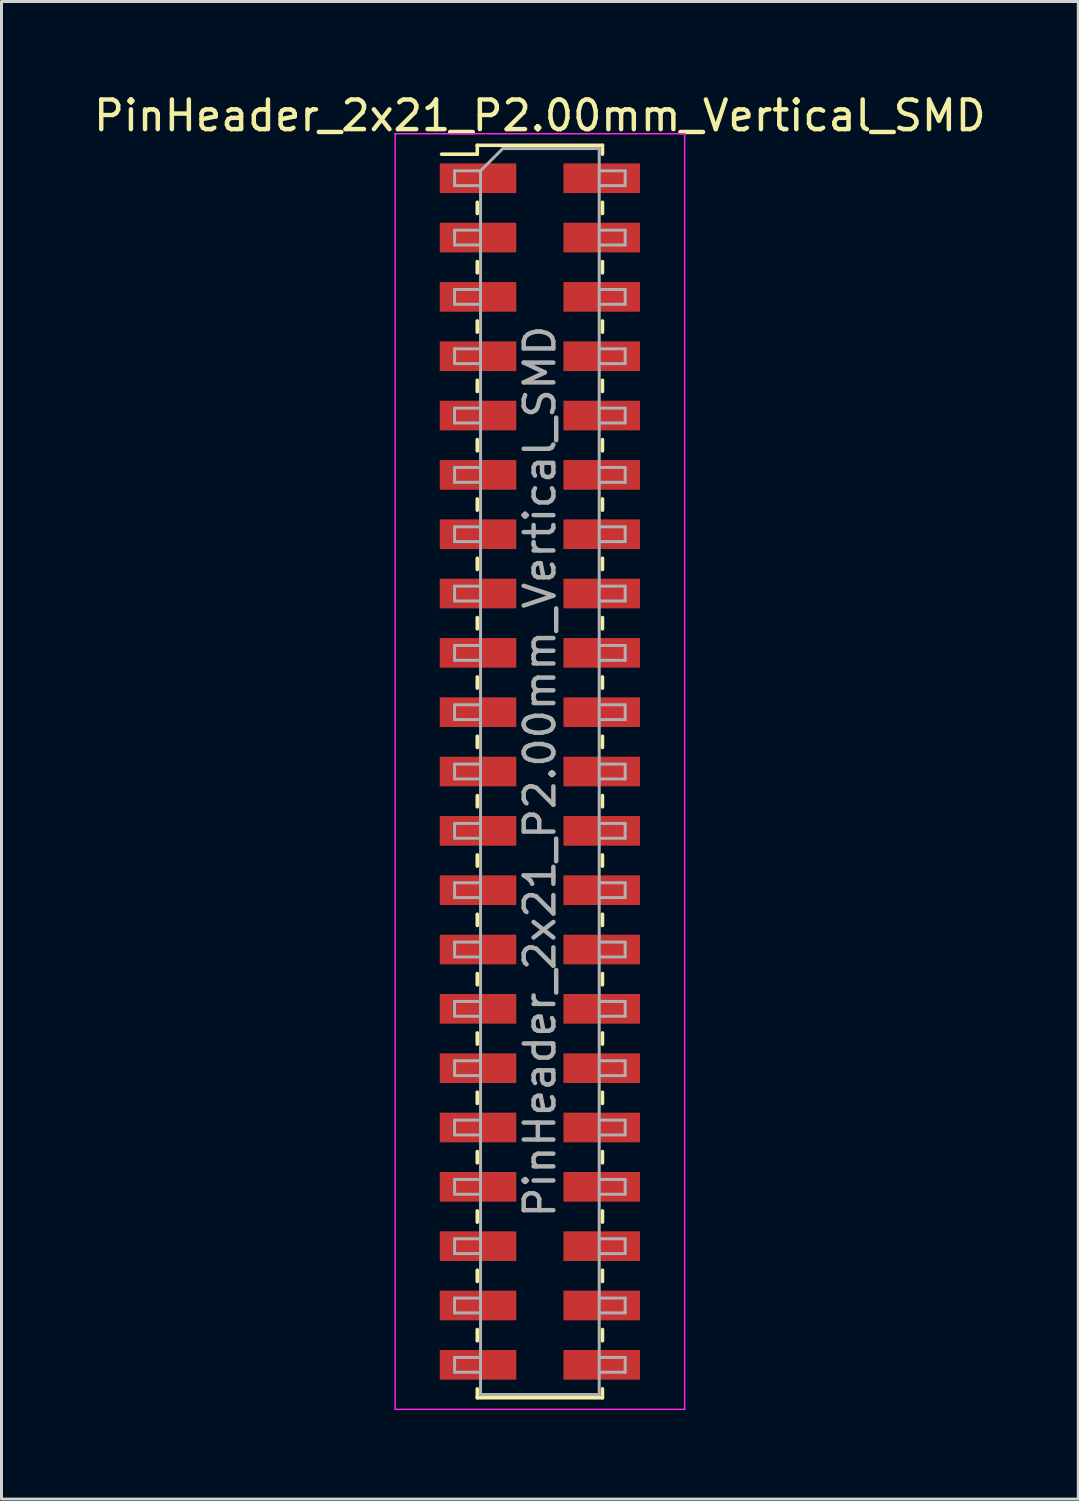
<source format=kicad_pcb>
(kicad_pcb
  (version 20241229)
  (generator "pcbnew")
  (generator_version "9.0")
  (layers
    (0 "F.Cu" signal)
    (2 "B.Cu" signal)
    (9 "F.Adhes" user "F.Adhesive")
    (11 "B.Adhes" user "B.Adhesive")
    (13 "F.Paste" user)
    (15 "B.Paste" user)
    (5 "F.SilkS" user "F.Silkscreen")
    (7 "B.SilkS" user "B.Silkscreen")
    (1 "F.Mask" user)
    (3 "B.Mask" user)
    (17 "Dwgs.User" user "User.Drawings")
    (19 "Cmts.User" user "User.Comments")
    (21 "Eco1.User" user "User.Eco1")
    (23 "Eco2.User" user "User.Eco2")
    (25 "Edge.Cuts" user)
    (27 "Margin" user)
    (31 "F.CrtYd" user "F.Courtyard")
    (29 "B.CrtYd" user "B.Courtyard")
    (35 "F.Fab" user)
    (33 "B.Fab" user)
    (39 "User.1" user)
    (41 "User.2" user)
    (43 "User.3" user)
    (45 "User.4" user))
  (footprint "PinHeader_2x21_P2.00mm_Vertical_SMD"
    (layer "F.Cu")
    (at 15.149 22.958)
    (property "Reference" "PinHeader_2x21_P2.00mm_Vertical_SMD" (at 0 -22.11 0) (layer "F.SilkS") (effects (font (size 1 1) (thickness 0.15))))
    (attr smd)
    (fp_line (start -3.315 -20.81) (end -2.11 -20.81) (stroke (width 0.12) (type solid)) (layer "F.SilkS"))
    (fp_line (start -2.11 -21.11) (end -2.11 -20.81) (stroke (width 0.12) (type solid)) (layer "F.SilkS"))
    (fp_line (start -2.11 -21.11) (end 2.11 -21.11) (stroke (width 0.12) (type solid)) (layer "F.SilkS"))
    (fp_line (start -2.11 -19.19) (end -2.11 -18.81) (stroke (width 0.12) (type solid)) (layer "F.SilkS"))
    (fp_line (start -2.11 -17.19) (end -2.11 -16.81) (stroke (width 0.12) (type solid)) (layer "F.SilkS"))
    (fp_line (start -2.11 -15.19) (end -2.11 -14.81) (stroke (width 0.12) (type solid)) (layer "F.SilkS"))
    (fp_line (start -2.11 -13.19) (end -2.11 -12.81) (stroke (width 0.12) (type solid)) (layer "F.SilkS"))
    (fp_line (start -2.11 -11.19) (end -2.11 -10.81) (stroke (width 0.12) (type solid)) (layer "F.SilkS"))
    (fp_line (start -2.11 -9.19) (end -2.11 -8.81) (stroke (width 0.12) (type solid)) (layer "F.SilkS"))
    (fp_line (start -2.11 -7.19) (end -2.11 -6.81) (stroke (width 0.12) (type solid)) (layer "F.SilkS"))
    (fp_line (start -2.11 -5.19) (end -2.11 -4.81) (stroke (width 0.12) (type solid)) (layer "F.SilkS"))
    (fp_line (start -2.11 -3.19) (end -2.11 -2.81) (stroke (width 0.12) (type solid)) (layer "F.SilkS"))
    (fp_line (start -2.11 -1.19) (end -2.11 -0.81) (stroke (width 0.12) (type solid)) (layer "F.SilkS"))
    (fp_line (start -2.11 0.81) (end -2.11 1.19) (stroke (width 0.12) (type solid)) (layer "F.SilkS"))
    (fp_line (start -2.11 2.81) (end -2.11 3.19) (stroke (width 0.12) (type solid)) (layer "F.SilkS"))
    (fp_line (start -2.11 4.81) (end -2.11 5.19) (stroke (width 0.12) (type solid)) (layer "F.SilkS"))
    (fp_line (start -2.11 6.81) (end -2.11 7.19) (stroke (width 0.12) (type solid)) (layer "F.SilkS"))
    (fp_line (start -2.11 8.81) (end -2.11 9.19) (stroke (width 0.12) (type solid)) (layer "F.SilkS"))
    (fp_line (start -2.11 10.81) (end -2.11 11.19) (stroke (width 0.12) (type solid)) (layer "F.SilkS"))
    (fp_line (start -2.11 12.81) (end -2.11 13.19) (stroke (width 0.12) (type solid)) (layer "F.SilkS"))
    (fp_line (start -2.11 14.81) (end -2.11 15.19) (stroke (width 0.12) (type solid)) (layer "F.SilkS"))
    (fp_line (start -2.11 16.81) (end -2.11 17.19) (stroke (width 0.12) (type solid)) (layer "F.SilkS"))
    (fp_line (start -2.11 18.81) (end -2.11 19.19) (stroke (width 0.12) (type solid)) (layer "F.SilkS"))
    (fp_line (start -2.11 20.81) (end -2.11 21.11) (stroke (width 0.12) (type solid)) (layer "F.SilkS"))
    (fp_line (start -2.11 21.11) (end 2.11 21.11) (stroke (width 0.12) (type solid)) (layer "F.SilkS"))
    (fp_line (start 2.11 -21.11) (end 2.11 -20.81) (stroke (width 0.12) (type solid)) (layer "F.SilkS"))
    (fp_line (start 2.11 -19.19) (end 2.11 -18.81) (stroke (width 0.12) (type solid)) (layer "F.SilkS"))
    (fp_line (start 2.11 -17.19) (end 2.11 -16.81) (stroke (width 0.12) (type solid)) (layer "F.SilkS"))
    (fp_line (start 2.11 -15.19) (end 2.11 -14.81) (stroke (width 0.12) (type solid)) (layer "F.SilkS"))
    (fp_line (start 2.11 -13.19) (end 2.11 -12.81) (stroke (width 0.12) (type solid)) (layer "F.SilkS"))
    (fp_line (start 2.11 -11.19) (end 2.11 -10.81) (stroke (width 0.12) (type solid)) (layer "F.SilkS"))
    (fp_line (start 2.11 -9.19) (end 2.11 -8.81) (stroke (width 0.12) (type solid)) (layer "F.SilkS"))
    (fp_line (start 2.11 -7.19) (end 2.11 -6.81) (stroke (width 0.12) (type solid)) (layer "F.SilkS"))
    (fp_line (start 2.11 -5.19) (end 2.11 -4.81) (stroke (width 0.12) (type solid)) (layer "F.SilkS"))
    (fp_line (start 2.11 -3.19) (end 2.11 -2.81) (stroke (width 0.12) (type solid)) (layer "F.SilkS"))
    (fp_line (start 2.11 -1.19) (end 2.11 -0.81) (stroke (width 0.12) (type solid)) (layer "F.SilkS"))
    (fp_line (start 2.11 0.81) (end 2.11 1.19) (stroke (width 0.12) (type solid)) (layer "F.SilkS"))
    (fp_line (start 2.11 2.81) (end 2.11 3.19) (stroke (width 0.12) (type solid)) (layer "F.SilkS"))
    (fp_line (start 2.11 4.81) (end 2.11 5.19) (stroke (width 0.12) (type solid)) (layer "F.SilkS"))
    (fp_line (start 2.11 6.81) (end 2.11 7.19) (stroke (width 0.12) (type solid)) (layer "F.SilkS"))
    (fp_line (start 2.11 8.81) (end 2.11 9.19) (stroke (width 0.12) (type solid)) (layer "F.SilkS"))
    (fp_line (start 2.11 10.81) (end 2.11 11.19) (stroke (width 0.12) (type solid)) (layer "F.SilkS"))
    (fp_line (start 2.11 12.81) (end 2.11 13.19) (stroke (width 0.12) (type solid)) (layer "F.SilkS"))
    (fp_line (start 2.11 14.81) (end 2.11 15.19) (stroke (width 0.12) (type solid)) (layer "F.SilkS"))
    (fp_line (start 2.11 16.81) (end 2.11 17.19) (stroke (width 0.12) (type solid)) (layer "F.SilkS"))
    (fp_line (start 2.11 18.81) (end 2.11 19.19) (stroke (width 0.12) (type solid)) (layer "F.SilkS"))
    (fp_line (start 2.11 20.81) (end 2.11 21.11) (stroke (width 0.12) (type solid)) (layer "F.SilkS"))
    (fp_line (start -4.88 -21.5) (end -4.88 21.5) (stroke (width 0.05) (type solid)) (layer "F.CrtYd"))
    (fp_line (start -4.88 21.5) (end 4.88 21.5) (stroke (width 0.05) (type solid)) (layer "F.CrtYd"))
    (fp_line (start 4.88 -21.5) (end -4.88 -21.5) (stroke (width 0.05) (type solid)) (layer "F.CrtYd"))
    (fp_line (start 4.88 21.5) (end 4.88 -21.5) (stroke (width 0.05) (type solid)) (layer "F.CrtYd"))
    (fp_line (start -2.875 -20.25) (end -2.875 -19.75) (stroke (width 0.1) (type solid)) (layer "F.Fab"))
    (fp_line (start -2.875 -19.75) (end -2 -19.75) (stroke (width 0.1) (type solid)) (layer "F.Fab"))
    (fp_line (start -2.875 -18.25) (end -2.875 -17.75) (stroke (width 0.1) (type solid)) (layer "F.Fab"))
    (fp_line (start -2.875 -17.75) (end -2 -17.75) (stroke (width 0.1) (type solid)) (layer "F.Fab"))
    (fp_line (start -2.875 -16.25) (end -2.875 -15.75) (stroke (width 0.1) (type solid)) (layer "F.Fab"))
    (fp_line (start -2.875 -15.75) (end -2 -15.75) (stroke (width 0.1) (type solid)) (layer "F.Fab"))
    (fp_line (start -2.875 -14.25) (end -2.875 -13.75) (stroke (width 0.1) (type solid)) (layer "F.Fab"))
    (fp_line (start -2.875 -13.75) (end -2 -13.75) (stroke (width 0.1) (type solid)) (layer "F.Fab"))
    (fp_line (start -2.875 -12.25) (end -2.875 -11.75) (stroke (width 0.1) (type solid)) (layer "F.Fab"))
    (fp_line (start -2.875 -11.75) (end -2 -11.75) (stroke (width 0.1) (type solid)) (layer "F.Fab"))
    (fp_line (start -2.875 -10.25) (end -2.875 -9.75) (stroke (width 0.1) (type solid)) (layer "F.Fab"))
    (fp_line (start -2.875 -9.75) (end -2 -9.75) (stroke (width 0.1) (type solid)) (layer "F.Fab"))
    (fp_line (start -2.875 -8.25) (end -2.875 -7.75) (stroke (width 0.1) (type solid)) (layer "F.Fab"))
    (fp_line (start -2.875 -7.75) (end -2 -7.75) (stroke (width 0.1) (type solid)) (layer "F.Fab"))
    (fp_line (start -2.875 -6.25) (end -2.875 -5.75) (stroke (width 0.1) (type solid)) (layer "F.Fab"))
    (fp_line (start -2.875 -5.75) (end -2 -5.75) (stroke (width 0.1) (type solid)) (layer "F.Fab"))
    (fp_line (start -2.875 -4.25) (end -2.875 -3.75) (stroke (width 0.1) (type solid)) (layer "F.Fab"))
    (fp_line (start -2.875 -3.75) (end -2 -3.75) (stroke (width 0.1) (type solid)) (layer "F.Fab"))
    (fp_line (start -2.875 -2.25) (end -2.875 -1.75) (stroke (width 0.1) (type solid)) (layer "F.Fab"))
    (fp_line (start -2.875 -1.75) (end -2 -1.75) (stroke (width 0.1) (type solid)) (layer "F.Fab"))
    (fp_line (start -2.875 -0.25) (end -2.875 0.25) (stroke (width 0.1) (type solid)) (layer "F.Fab"))
    (fp_line (start -2.875 0.25) (end -2 0.25) (stroke (width 0.1) (type solid)) (layer "F.Fab"))
    (fp_line (start -2.875 1.75) (end -2.875 2.25) (stroke (width 0.1) (type solid)) (layer "F.Fab"))
    (fp_line (start -2.875 2.25) (end -2 2.25) (stroke (width 0.1) (type solid)) (layer "F.Fab"))
    (fp_line (start -2.875 3.75) (end -2.875 4.25) (stroke (width 0.1) (type solid)) (layer "F.Fab"))
    (fp_line (start -2.875 4.25) (end -2 4.25) (stroke (width 0.1) (type solid)) (layer "F.Fab"))
    (fp_line (start -2.875 5.75) (end -2.875 6.25) (stroke (width 0.1) (type solid)) (layer "F.Fab"))
    (fp_line (start -2.875 6.25) (end -2 6.25) (stroke (width 0.1) (type solid)) (layer "F.Fab"))
    (fp_line (start -2.875 7.75) (end -2.875 8.25) (stroke (width 0.1) (type solid)) (layer "F.Fab"))
    (fp_line (start -2.875 8.25) (end -2 8.25) (stroke (width 0.1) (type solid)) (layer "F.Fab"))
    (fp_line (start -2.875 9.75) (end -2.875 10.25) (stroke (width 0.1) (type solid)) (layer "F.Fab"))
    (fp_line (start -2.875 10.25) (end -2 10.25) (stroke (width 0.1) (type solid)) (layer "F.Fab"))
    (fp_line (start -2.875 11.75) (end -2.875 12.25) (stroke (width 0.1) (type solid)) (layer "F.Fab"))
    (fp_line (start -2.875 12.25) (end -2 12.25) (stroke (width 0.1) (type solid)) (layer "F.Fab"))
    (fp_line (start -2.875 13.75) (end -2.875 14.25) (stroke (width 0.1) (type solid)) (layer "F.Fab"))
    (fp_line (start -2.875 14.25) (end -2 14.25) (stroke (width 0.1) (type solid)) (layer "F.Fab"))
    (fp_line (start -2.875 15.75) (end -2.875 16.25) (stroke (width 0.1) (type solid)) (layer "F.Fab"))
    (fp_line (start -2.875 16.25) (end -2 16.25) (stroke (width 0.1) (type solid)) (layer "F.Fab"))
    (fp_line (start -2.875 17.75) (end -2.875 18.25) (stroke (width 0.1) (type solid)) (layer "F.Fab"))
    (fp_line (start -2.875 18.25) (end -2 18.25) (stroke (width 0.1) (type solid)) (layer "F.Fab"))
    (fp_line (start -2.875 19.75) (end -2.875 20.25) (stroke (width 0.1) (type solid)) (layer "F.Fab"))
    (fp_line (start -2.875 20.25) (end -2 20.25) (stroke (width 0.1) (type solid)) (layer "F.Fab"))
    (fp_line (start -2 -20.25) (end -2.875 -20.25) (stroke (width 0.1) (type solid)) (layer "F.Fab"))
    (fp_line (start -2 -20.25) (end -1.25 -21) (stroke (width 0.1) (type solid)) (layer "F.Fab"))
    (fp_line (start -2 -18.25) (end -2.875 -18.25) (stroke (width 0.1) (type solid)) (layer "F.Fab"))
    (fp_line (start -2 -16.25) (end -2.875 -16.25) (stroke (width 0.1) (type solid)) (layer "F.Fab"))
    (fp_line (start -2 -14.25) (end -2.875 -14.25) (stroke (width 0.1) (type solid)) (layer "F.Fab"))
    (fp_line (start -2 -12.25) (end -2.875 -12.25) (stroke (width 0.1) (type solid)) (layer "F.Fab"))
    (fp_line (start -2 -10.25) (end -2.875 -10.25) (stroke (width 0.1) (type solid)) (layer "F.Fab"))
    (fp_line (start -2 -8.25) (end -2.875 -8.25) (stroke (width 0.1) (type solid)) (layer "F.Fab"))
    (fp_line (start -2 -6.25) (end -2.875 -6.25) (stroke (width 0.1) (type solid)) (layer "F.Fab"))
    (fp_line (start -2 -4.25) (end -2.875 -4.25) (stroke (width 0.1) (type solid)) (layer "F.Fab"))
    (fp_line (start -2 -2.25) (end -2.875 -2.25) (stroke (width 0.1) (type solid)) (layer "F.Fab"))
    (fp_line (start -2 -0.25) (end -2.875 -0.25) (stroke (width 0.1) (type solid)) (layer "F.Fab"))
    (fp_line (start -2 1.75) (end -2.875 1.75) (stroke (width 0.1) (type solid)) (layer "F.Fab"))
    (fp_line (start -2 3.75) (end -2.875 3.75) (stroke (width 0.1) (type solid)) (layer "F.Fab"))
    (fp_line (start -2 5.75) (end -2.875 5.75) (stroke (width 0.1) (type solid)) (layer "F.Fab"))
    (fp_line (start -2 7.75) (end -2.875 7.75) (stroke (width 0.1) (type solid)) (layer "F.Fab"))
    (fp_line (start -2 9.75) (end -2.875 9.75) (stroke (width 0.1) (type solid)) (layer "F.Fab"))
    (fp_line (start -2 11.75) (end -2.875 11.75) (stroke (width 0.1) (type solid)) (layer "F.Fab"))
    (fp_line (start -2 13.75) (end -2.875 13.75) (stroke (width 0.1) (type solid)) (layer "F.Fab"))
    (fp_line (start -2 15.75) (end -2.875 15.75) (stroke (width 0.1) (type solid)) (layer "F.Fab"))
    (fp_line (start -2 17.75) (end -2.875 17.75) (stroke (width 0.1) (type solid)) (layer "F.Fab"))
    (fp_line (start -2 19.75) (end -2.875 19.75) (stroke (width 0.1) (type solid)) (layer "F.Fab"))
    (fp_line (start -2 21) (end -2 -20.25) (stroke (width 0.1) (type solid)) (layer "F.Fab"))
    (fp_line (start -1.25 -21) (end 2 -21) (stroke (width 0.1) (type solid)) (layer "F.Fab"))
    (fp_line (start 2 -21) (end 2 21) (stroke (width 0.1) (type solid)) (layer "F.Fab"))
    (fp_line (start 2 -20.25) (end 2.875 -20.25) (stroke (width 0.1) (type solid)) (layer "F.Fab"))
    (fp_line (start 2 -18.25) (end 2.875 -18.25) (stroke (width 0.1) (type solid)) (layer "F.Fab"))
    (fp_line (start 2 -16.25) (end 2.875 -16.25) (stroke (width 0.1) (type solid)) (layer "F.Fab"))
    (fp_line (start 2 -14.25) (end 2.875 -14.25) (stroke (width 0.1) (type solid)) (layer "F.Fab"))
    (fp_line (start 2 -12.25) (end 2.875 -12.25) (stroke (width 0.1) (type solid)) (layer "F.Fab"))
    (fp_line (start 2 -10.25) (end 2.875 -10.25) (stroke (width 0.1) (type solid)) (layer "F.Fab"))
    (fp_line (start 2 -8.25) (end 2.875 -8.25) (stroke (width 0.1) (type solid)) (layer "F.Fab"))
    (fp_line (start 2 -6.25) (end 2.875 -6.25) (stroke (width 0.1) (type solid)) (layer "F.Fab"))
    (fp_line (start 2 -4.25) (end 2.875 -4.25) (stroke (width 0.1) (type solid)) (layer "F.Fab"))
    (fp_line (start 2 -2.25) (end 2.875 -2.25) (stroke (width 0.1) (type solid)) (layer "F.Fab"))
    (fp_line (start 2 -0.25) (end 2.875 -0.25) (stroke (width 0.1) (type solid)) (layer "F.Fab"))
    (fp_line (start 2 1.75) (end 2.875 1.75) (stroke (width 0.1) (type solid)) (layer "F.Fab"))
    (fp_line (start 2 3.75) (end 2.875 3.75) (stroke (width 0.1) (type solid)) (layer "F.Fab"))
    (fp_line (start 2 5.75) (end 2.875 5.75) (stroke (width 0.1) (type solid)) (layer "F.Fab"))
    (fp_line (start 2 7.75) (end 2.875 7.75) (stroke (width 0.1) (type solid)) (layer "F.Fab"))
    (fp_line (start 2 9.75) (end 2.875 9.75) (stroke (width 0.1) (type solid)) (layer "F.Fab"))
    (fp_line (start 2 11.75) (end 2.875 11.75) (stroke (width 0.1) (type solid)) (layer "F.Fab"))
    (fp_line (start 2 13.75) (end 2.875 13.75) (stroke (width 0.1) (type solid)) (layer "F.Fab"))
    (fp_line (start 2 15.75) (end 2.875 15.75) (stroke (width 0.1) (type solid)) (layer "F.Fab"))
    (fp_line (start 2 17.75) (end 2.875 17.75) (stroke (width 0.1) (type solid)) (layer "F.Fab"))
    (fp_line (start 2 19.75) (end 2.875 19.75) (stroke (width 0.1) (type solid)) (layer "F.Fab"))
    (fp_line (start 2 21) (end -2 21) (stroke (width 0.1) (type solid)) (layer "F.Fab"))
    (fp_line (start 2.875 -20.25) (end 2.875 -19.75) (stroke (width 0.1) (type solid)) (layer "F.Fab"))
    (fp_line (start 2.875 -19.75) (end 2 -19.75) (stroke (width 0.1) (type solid)) (layer "F.Fab"))
    (fp_line (start 2.875 -18.25) (end 2.875 -17.75) (stroke (width 0.1) (type solid)) (layer "F.Fab"))
    (fp_line (start 2.875 -17.75) (end 2 -17.75) (stroke (width 0.1) (type solid)) (layer "F.Fab"))
    (fp_line (start 2.875 -16.25) (end 2.875 -15.75) (stroke (width 0.1) (type solid)) (layer "F.Fab"))
    (fp_line (start 2.875 -15.75) (end 2 -15.75) (stroke (width 0.1) (type solid)) (layer "F.Fab"))
    (fp_line (start 2.875 -14.25) (end 2.875 -13.75) (stroke (width 0.1) (type solid)) (layer "F.Fab"))
    (fp_line (start 2.875 -13.75) (end 2 -13.75) (stroke (width 0.1) (type solid)) (layer "F.Fab"))
    (fp_line (start 2.875 -12.25) (end 2.875 -11.75) (stroke (width 0.1) (type solid)) (layer "F.Fab"))
    (fp_line (start 2.875 -11.75) (end 2 -11.75) (stroke (width 0.1) (type solid)) (layer "F.Fab"))
    (fp_line (start 2.875 -10.25) (end 2.875 -9.75) (stroke (width 0.1) (type solid)) (layer "F.Fab"))
    (fp_line (start 2.875 -9.75) (end 2 -9.75) (stroke (width 0.1) (type solid)) (layer "F.Fab"))
    (fp_line (start 2.875 -8.25) (end 2.875 -7.75) (stroke (width 0.1) (type solid)) (layer "F.Fab"))
    (fp_line (start 2.875 -7.75) (end 2 -7.75) (stroke (width 0.1) (type solid)) (layer "F.Fab"))
    (fp_line (start 2.875 -6.25) (end 2.875 -5.75) (stroke (width 0.1) (type solid)) (layer "F.Fab"))
    (fp_line (start 2.875 -5.75) (end 2 -5.75) (stroke (width 0.1) (type solid)) (layer "F.Fab"))
    (fp_line (start 2.875 -4.25) (end 2.875 -3.75) (stroke (width 0.1) (type solid)) (layer "F.Fab"))
    (fp_line (start 2.875 -3.75) (end 2 -3.75) (stroke (width 0.1) (type solid)) (layer "F.Fab"))
    (fp_line (start 2.875 -2.25) (end 2.875 -1.75) (stroke (width 0.1) (type solid)) (layer "F.Fab"))
    (fp_line (start 2.875 -1.75) (end 2 -1.75) (stroke (width 0.1) (type solid)) (layer "F.Fab"))
    (fp_line (start 2.875 -0.25) (end 2.875 0.25) (stroke (width 0.1) (type solid)) (layer "F.Fab"))
    (fp_line (start 2.875 0.25) (end 2 0.25) (stroke (width 0.1) (type solid)) (layer "F.Fab"))
    (fp_line (start 2.875 1.75) (end 2.875 2.25) (stroke (width 0.1) (type solid)) (layer "F.Fab"))
    (fp_line (start 2.875 2.25) (end 2 2.25) (stroke (width 0.1) (type solid)) (layer "F.Fab"))
    (fp_line (start 2.875 3.75) (end 2.875 4.25) (stroke (width 0.1) (type solid)) (layer "F.Fab"))
    (fp_line (start 2.875 4.25) (end 2 4.25) (stroke (width 0.1) (type solid)) (layer "F.Fab"))
    (fp_line (start 2.875 5.75) (end 2.875 6.25) (stroke (width 0.1) (type solid)) (layer "F.Fab"))
    (fp_line (start 2.875 6.25) (end 2 6.25) (stroke (width 0.1) (type solid)) (layer "F.Fab"))
    (fp_line (start 2.875 7.75) (end 2.875 8.25) (stroke (width 0.1) (type solid)) (layer "F.Fab"))
    (fp_line (start 2.875 8.25) (end 2 8.25) (stroke (width 0.1) (type solid)) (layer "F.Fab"))
    (fp_line (start 2.875 9.75) (end 2.875 10.25) (stroke (width 0.1) (type solid)) (layer "F.Fab"))
    (fp_line (start 2.875 10.25) (end 2 10.25) (stroke (width 0.1) (type solid)) (layer "F.Fab"))
    (fp_line (start 2.875 11.75) (end 2.875 12.25) (stroke (width 0.1) (type solid)) (layer "F.Fab"))
    (fp_line (start 2.875 12.25) (end 2 12.25) (stroke (width 0.1) (type solid)) (layer "F.Fab"))
    (fp_line (start 2.875 13.75) (end 2.875 14.25) (stroke (width 0.1) (type solid)) (layer "F.Fab"))
    (fp_line (start 2.875 14.25) (end 2 14.25) (stroke (width 0.1) (type solid)) (layer "F.Fab"))
    (fp_line (start 2.875 15.75) (end 2.875 16.25) (stroke (width 0.1) (type solid)) (layer "F.Fab"))
    (fp_line (start 2.875 16.25) (end 2 16.25) (stroke (width 0.1) (type solid)) (layer "F.Fab"))
    (fp_line (start 2.875 17.75) (end 2.875 18.25) (stroke (width 0.1) (type solid)) (layer "F.Fab"))
    (fp_line (start 2.875 18.25) (end 2 18.25) (stroke (width 0.1) (type solid)) (layer "F.Fab"))
    (fp_line (start 2.875 19.75) (end 2.875 20.25) (stroke (width 0.1) (type solid)) (layer "F.Fab"))
    (fp_line (start 2.875 20.25) (end 2 20.25) (stroke (width 0.1) (type solid)) (layer "F.Fab"))
    (fp_text user "${REFERENCE}" (at 0 0 90) (layer "F.Fab") (effects (font (size 1 1) (thickness 0.15))))
    (pad "1" smd rect (at -2.085 -20) (size 2.58 1) (layers "F.Cu" "F.Mask" "F.Paste"))
    (pad "2" smd rect (at 2.085 -20) (size 2.58 1) (layers "F.Cu" "F.Mask" "F.Paste"))
    (pad "3" smd rect (at -2.085 -18) (size 2.58 1) (layers "F.Cu" "F.Mask" "F.Paste"))
    (pad "4" smd rect (at 2.085 -18) (size 2.58 1) (layers "F.Cu" "F.Mask" "F.Paste"))
    (pad "5" smd rect (at -2.085 -16) (size 2.58 1) (layers "F.Cu" "F.Mask" "F.Paste"))
    (pad "6" smd rect (at 2.085 -16) (size 2.58 1) (layers "F.Cu" "F.Mask" "F.Paste"))
    (pad "7" smd rect (at -2.085 -14) (size 2.58 1) (layers "F.Cu" "F.Mask" "F.Paste"))
    (pad "8" smd rect (at 2.085 -14) (size 2.58 1) (layers "F.Cu" "F.Mask" "F.Paste"))
    (pad "9" smd rect (at -2.085 -12) (size 2.58 1) (layers "F.Cu" "F.Mask" "F.Paste"))
    (pad "10" smd rect (at 2.085 -12) (size 2.58 1) (layers "F.Cu" "F.Mask" "F.Paste"))
    (pad "11" smd rect (at -2.085 -10) (size 2.58 1) (layers "F.Cu" "F.Mask" "F.Paste"))
    (pad "12" smd rect (at 2.085 -10) (size 2.58 1) (layers "F.Cu" "F.Mask" "F.Paste"))
    (pad "13" smd rect (at -2.085 -8) (size 2.58 1) (layers "F.Cu" "F.Mask" "F.Paste"))
    (pad "14" smd rect (at 2.085 -8) (size 2.58 1) (layers "F.Cu" "F.Mask" "F.Paste"))
    (pad "15" smd rect (at -2.085 -6) (size 2.58 1) (layers "F.Cu" "F.Mask" "F.Paste"))
    (pad "16" smd rect (at 2.085 -6) (size 2.58 1) (layers "F.Cu" "F.Mask" "F.Paste"))
    (pad "17" smd rect (at -2.085 -4) (size 2.58 1) (layers "F.Cu" "F.Mask" "F.Paste"))
    (pad "18" smd rect (at 2.085 -4) (size 2.58 1) (layers "F.Cu" "F.Mask" "F.Paste"))
    (pad "19" smd rect (at -2.085 -2) (size 2.58 1) (layers "F.Cu" "F.Mask" "F.Paste"))
    (pad "20" smd rect (at 2.085 -2) (size 2.58 1) (layers "F.Cu" "F.Mask" "F.Paste"))
    (pad "21" smd rect (at -2.085 0) (size 2.58 1) (layers "F.Cu" "F.Mask" "F.Paste"))
    (pad "22" smd rect (at 2.085 0) (size 2.58 1) (layers "F.Cu" "F.Mask" "F.Paste"))
    (pad "23" smd rect (at -2.085 2) (size 2.58 1) (layers "F.Cu" "F.Mask" "F.Paste"))
    (pad "24" smd rect (at 2.085 2) (size 2.58 1) (layers "F.Cu" "F.Mask" "F.Paste"))
    (pad "25" smd rect (at -2.085 4) (size 2.58 1) (layers "F.Cu" "F.Mask" "F.Paste"))
    (pad "26" smd rect (at 2.085 4) (size 2.58 1) (layers "F.Cu" "F.Mask" "F.Paste"))
    (pad "27" smd rect (at -2.085 6) (size 2.58 1) (layers "F.Cu" "F.Mask" "F.Paste"))
    (pad "28" smd rect (at 2.085 6) (size 2.58 1) (layers "F.Cu" "F.Mask" "F.Paste"))
    (pad "29" smd rect (at -2.085 8) (size 2.58 1) (layers "F.Cu" "F.Mask" "F.Paste"))
    (pad "30" smd rect (at 2.085 8) (size 2.58 1) (layers "F.Cu" "F.Mask" "F.Paste"))
    (pad "31" smd rect (at -2.085 10) (size 2.58 1) (layers "F.Cu" "F.Mask" "F.Paste"))
    (pad "32" smd rect (at 2.085 10) (size 2.58 1) (layers "F.Cu" "F.Mask" "F.Paste"))
    (pad "33" smd rect (at -2.085 12) (size 2.58 1) (layers "F.Cu" "F.Mask" "F.Paste"))
    (pad "34" smd rect (at 2.085 12) (size 2.58 1) (layers "F.Cu" "F.Mask" "F.Paste"))
    (pad "35" smd rect (at -2.085 14) (size 2.58 1) (layers "F.Cu" "F.Mask" "F.Paste"))
    (pad "36" smd rect (at 2.085 14) (size 2.58 1) (layers "F.Cu" "F.Mask" "F.Paste"))
    (pad "37" smd rect (at -2.085 16) (size 2.58 1) (layers "F.Cu" "F.Mask" "F.Paste"))
    (pad "38" smd rect (at 2.085 16) (size 2.58 1) (layers "F.Cu" "F.Mask" "F.Paste"))
    (pad "39" smd rect (at -2.085 18) (size 2.58 1) (layers "F.Cu" "F.Mask" "F.Paste"))
    (pad "40" smd rect (at 2.085 18) (size 2.58 1) (layers "F.Cu" "F.Mask" "F.Paste"))
    (pad "41" smd rect (at -2.085 20) (size 2.58 1) (layers "F.Cu" "F.Mask" "F.Paste"))
    (pad "42" smd rect (at 2.085 20) (size 2.58 1) (layers "F.Cu" "F.Mask" "F.Paste")))
  (gr_rect
    (start -3 -3)
    (end 33.298 47.483)
    (stroke (width 0.1) (type default))
    (fill no)
    (layer "Edge.Cuts")))
</source>
